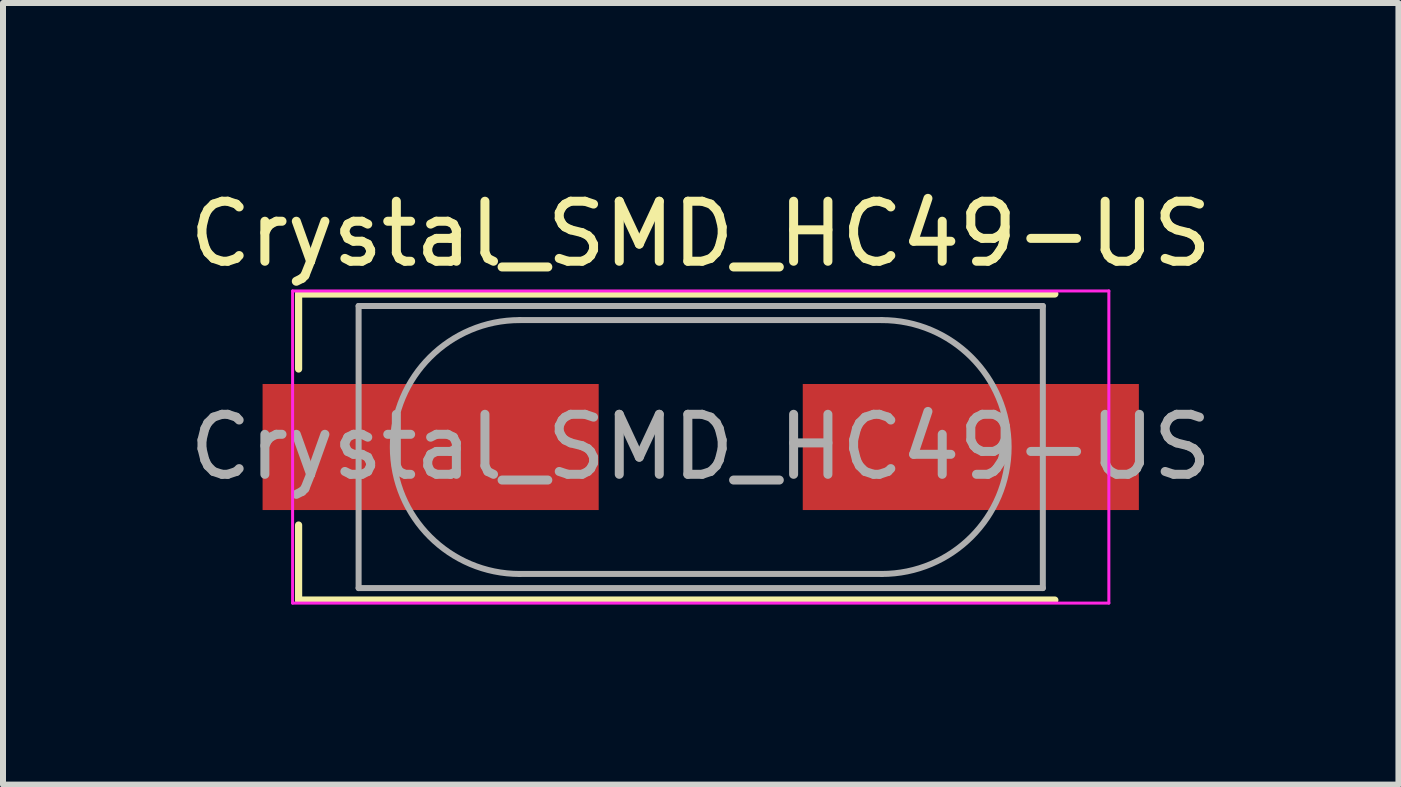
<source format=kicad_pcb>
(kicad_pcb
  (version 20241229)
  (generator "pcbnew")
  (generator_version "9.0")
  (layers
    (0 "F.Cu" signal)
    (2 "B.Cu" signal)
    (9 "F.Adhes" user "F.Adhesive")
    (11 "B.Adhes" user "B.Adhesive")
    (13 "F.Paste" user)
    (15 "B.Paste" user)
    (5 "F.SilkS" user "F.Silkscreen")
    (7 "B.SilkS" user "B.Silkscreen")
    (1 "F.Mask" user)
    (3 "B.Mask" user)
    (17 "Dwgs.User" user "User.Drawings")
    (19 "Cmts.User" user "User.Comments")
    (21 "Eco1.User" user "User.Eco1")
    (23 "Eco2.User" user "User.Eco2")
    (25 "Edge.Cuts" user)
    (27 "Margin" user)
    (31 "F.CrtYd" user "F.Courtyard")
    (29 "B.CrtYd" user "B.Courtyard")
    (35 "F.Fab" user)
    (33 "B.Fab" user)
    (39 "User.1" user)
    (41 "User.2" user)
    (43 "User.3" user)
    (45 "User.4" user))
  (footprint "Crystal_SMD_HC49-US"
    (layer "F.Cu")
    (at 8.625 4.398)
    (property "Reference" "Crystal_SMD_HC49-US" (at 0 -3.55 0) (layer "F.SilkS") (effects (font (size 1 1) (thickness 0.15))))
    (attr smd)
    (fp_line (start -6.7 -2.55) (end -6.7 -1.3) (stroke (width 0.12) (type solid)) (layer "F.SilkS"))
    (fp_line (start -6.7 1.3) (end -6.7 2.55) (stroke (width 0.12) (type solid)) (layer "F.SilkS"))
    (fp_line (start -6.7 2.55) (end 5.9 2.55) (stroke (width 0.12) (type solid)) (layer "F.SilkS"))
    (fp_line (start 5.9 -2.55) (end -6.7 -2.55) (stroke (width 0.12) (type solid)) (layer "F.SilkS"))
    (fp_line (start -6.8 -2.6) (end -6.8 2.6) (stroke (width 0.05) (type solid)) (layer "F.CrtYd"))
    (fp_line (start -6.8 2.6) (end 6.8 2.6) (stroke (width 0.05) (type solid)) (layer "F.CrtYd"))
    (fp_line (start 6.8 -2.6) (end -6.8 -2.6) (stroke (width 0.05) (type solid)) (layer "F.CrtYd"))
    (fp_line (start 6.8 2.6) (end 6.8 -2.6) (stroke (width 0.05) (type solid)) (layer "F.CrtYd"))
    (fp_line (start -5.7 -2.35) (end -5.7 2.35) (stroke (width 0.1) (type solid)) (layer "F.Fab"))
    (fp_line (start -5.7 2.35) (end 5.7 2.35) (stroke (width 0.1) (type solid)) (layer "F.Fab"))
    (fp_line (start -3.015 -2.115) (end 3.015 -2.115) (stroke (width 0.1) (type solid)) (layer "F.Fab"))
    (fp_line (start -3.015 2.115) (end 3.015 2.115) (stroke (width 0.1) (type solid)) (layer "F.Fab"))
    (fp_line (start 5.7 -2.35) (end -5.7 -2.35) (stroke (width 0.1) (type solid)) (layer "F.Fab"))
    (fp_line (start 5.7 2.35) (end 5.7 -2.35) (stroke (width 0.1) (type solid)) (layer "F.Fab"))
    (fp_arc (start -3.015 2.115) (mid -5.13 0) (end -3.015 -2.115) (stroke (width 0.1) (type solid)) (layer "F.Fab"))
    (fp_arc (start 3.015 -2.115) (mid 5.13 0) (end 3.015 2.115) (stroke (width 0.1) (type solid)) (layer "F.Fab"))
    (fp_text user "${REFERENCE}" (at 0 0 0) (layer "F.Fab") (effects (font (size 1 1) (thickness 0.15))))
    (pad "1" smd rect (at -4.5 0) (size 5.6 2.1) (layers "F.Cu" "F.Mask" "F.Paste"))
    (pad "2" smd rect (at 4.5 0) (size 5.6 2.1) (layers "F.Cu" "F.Mask" "F.Paste")))
  (gr_rect
    (start -3 -3)
    (end 20.25 10.023)
    (stroke (width 0.1) (type default))
    (fill no)
    (layer "Edge.Cuts")))
</source>
